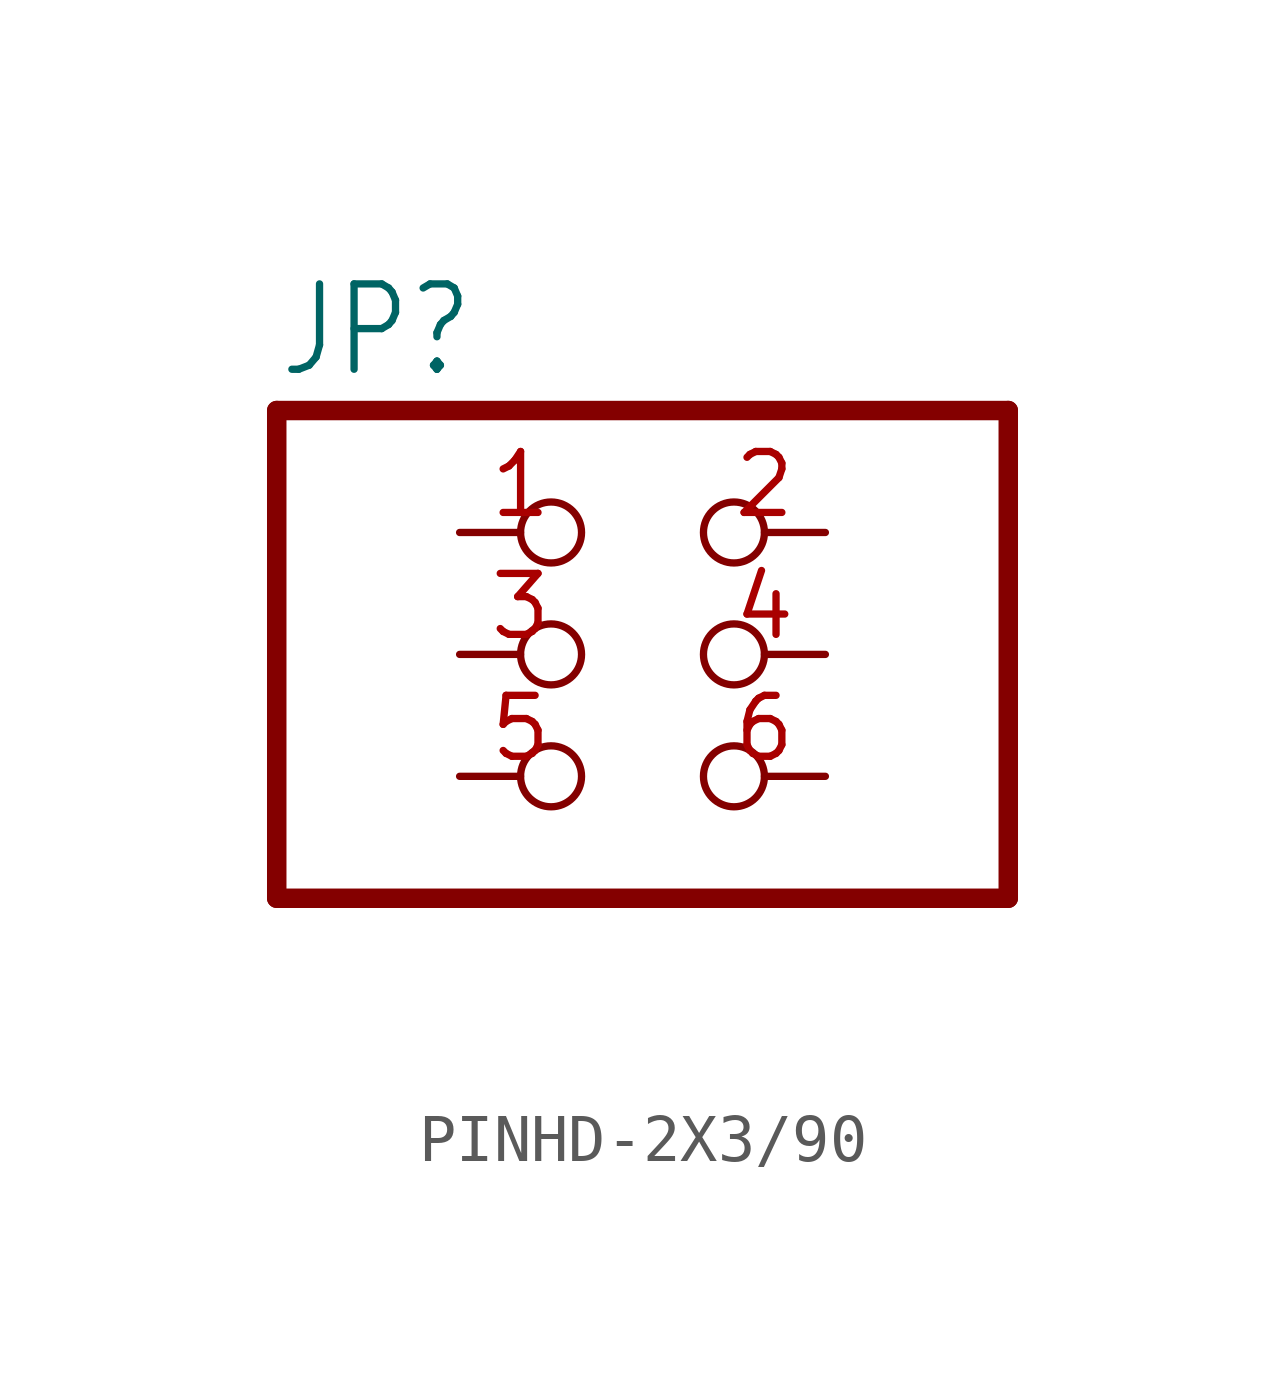
<source format=kicad_sym>
(kicad_symbol_lib
  (version 20231120)
  (generator "kicad_symbol_editor")
  (generator_version "8.0")
  (symbol "PINHD-2X3/90"
    (property "Reference" "JP"
      (at -6.35 5.715 0)
      (effects (font (size 1.778 1.511)) (justify left bottom)))
    (property "Value" ""
      (at -6.35 -7.62 0)
      (effects (font (size 1.778 1.511)) (justify left bottom)))
    (property "ki_locked" ""
      (at 0 0 0)
      (effects (font (size 1.27 1.27))))
    (symbol "PINHD-2X3/90_1_0"
      (polyline (pts (xy -6.35 -5.08) (xy 8.89 -5.08)) (stroke (width 0.406) (type solid)) (fill (type none)))
      (polyline (pts (xy -6.35 5.08) (xy -6.35 -5.08)) (stroke (width 0.406) (type solid)) (fill (type none)))
      (polyline (pts (xy 8.89 -5.08) (xy 8.89 5.08)) (stroke (width 0.406) (type solid)) (fill (type none)))
      (polyline (pts (xy 8.89 5.08) (xy -6.35 5.08)) (stroke (width 0.406) (type solid)) (fill (type none)))
      (pin passive inverted (at -2.54 2.54 0) (length 2.54) (name "1" (effects (font (size 0 0)))) (number "1" (effects (font (size 1.27 1.27)))))
      (pin passive inverted (at 5.08 2.54 180) (length 2.54) (name "2" (effects (font (size 0 0)))) (number "2" (effects (font (size 1.27 1.27)))))
      (pin passive inverted (at -2.54 0 0) (length 2.54) (name "3" (effects (font (size 0 0)))) (number "3" (effects (font (size 1.27 1.27)))))
      (pin passive inverted (at 5.08 0 180) (length 2.54) (name "4" (effects (font (size 0 0)))) (number "4" (effects (font (size 1.27 1.27)))))
      (pin passive inverted (at -2.54 -2.54 0) (length 2.54) (name "5" (effects (font (size 0 0)))) (number "5" (effects (font (size 1.27 1.27)))))
      (pin passive inverted (at 5.08 -2.54 180) (length 2.54) (name "6" (effects (font (size 0 0)))) (number "6" (effects (font (size 1.27 1.27))))))))
</source>
